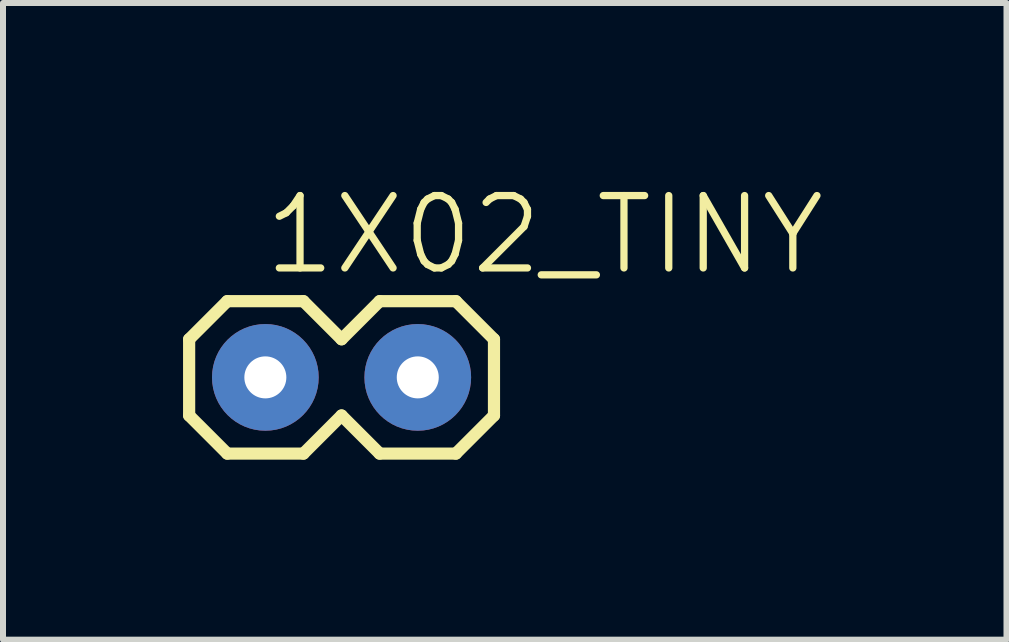
<source format=kicad_pcb>
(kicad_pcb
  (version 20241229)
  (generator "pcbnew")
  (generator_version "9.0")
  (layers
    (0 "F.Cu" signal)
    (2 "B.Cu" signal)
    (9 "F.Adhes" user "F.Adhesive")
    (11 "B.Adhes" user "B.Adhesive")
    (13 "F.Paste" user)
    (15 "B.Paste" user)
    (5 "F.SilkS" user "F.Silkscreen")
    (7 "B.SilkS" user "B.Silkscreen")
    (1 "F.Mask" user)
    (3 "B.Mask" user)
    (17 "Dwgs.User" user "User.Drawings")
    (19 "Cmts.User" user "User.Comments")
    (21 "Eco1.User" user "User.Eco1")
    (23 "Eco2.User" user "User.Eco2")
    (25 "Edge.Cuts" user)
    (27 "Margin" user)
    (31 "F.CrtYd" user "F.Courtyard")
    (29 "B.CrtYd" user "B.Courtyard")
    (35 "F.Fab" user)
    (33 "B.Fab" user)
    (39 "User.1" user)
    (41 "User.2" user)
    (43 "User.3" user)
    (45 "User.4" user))
  (footprint "1X02_TINY"
    (layer "F.Cu")
    (at 1.372 3.239)
    (property "Reference" "1X02_TINY" (at -0.076 -1.67 0) (layer "F.SilkS") (effects (font (size 1.206 1.206) (thickness 0.121)) (justify left bottom)))
    (attr through_hole)
    (fp_line (start -1.27 -0.635) (end -1.27 0.635) (stroke (width 0.203) (type solid)) (layer "F.SilkS"))
    (fp_line (start -1.27 0.635) (end -0.635 1.27) (stroke (width 0.203) (type solid)) (layer "F.SilkS"))
    (fp_line (start -0.635 -1.27) (end -1.27 -0.635) (stroke (width 0.203) (type solid)) (layer "F.SilkS"))
    (fp_line (start -0.635 -1.27) (end 0.635 -1.27) (stroke (width 0.203) (type solid)) (layer "F.SilkS"))
    (fp_line (start 0.635 -1.27) (end 1.27 -0.635) (stroke (width 0.203) (type solid)) (layer "F.SilkS"))
    (fp_line (start 0.635 1.27) (end -0.635 1.27) (stroke (width 0.203) (type solid)) (layer "F.SilkS"))
    (fp_line (start 1.27 -0.635) (end 1.905 -1.27) (stroke (width 0.203) (type solid)) (layer "F.SilkS"))
    (fp_line (start 1.27 0.635) (end 0.635 1.27) (stroke (width 0.203) (type solid)) (layer "F.SilkS"))
    (fp_line (start 1.905 -1.27) (end 3.175 -1.27) (stroke (width 0.203) (type solid)) (layer "F.SilkS"))
    (fp_line (start 1.905 1.27) (end 1.27 0.635) (stroke (width 0.203) (type solid)) (layer "F.SilkS"))
    (fp_line (start 3.175 -1.27) (end 3.81 -0.635) (stroke (width 0.203) (type solid)) (layer "F.SilkS"))
    (fp_line (start 3.175 1.27) (end 1.905 1.27) (stroke (width 0.203) (type solid)) (layer "F.SilkS"))
    (fp_line (start 3.81 -0.635) (end 3.81 0.635) (stroke (width 0.203) (type solid)) (layer "F.SilkS"))
    (fp_line (start 3.81 0.635) (end 3.175 1.27) (stroke (width 0.203) (type solid)) (layer "F.SilkS"))
    (pad "1" thru_hole circle (at 0 0 90) (size 1.778 1.778) (drill 0.7) (layers "*.Cu" "*.Mask"))
    (pad "2" thru_hole circle (at 2.54 0 90) (size 1.778 1.778) (drill 0.7) (layers "*.Cu" "*.Mask")))
  (gr_rect
    (start -3 -3)
    (end 13.723 7.61)
    (stroke (width 0.1) (type default))
    (fill no)
    (layer "Edge.Cuts")))
</source>
